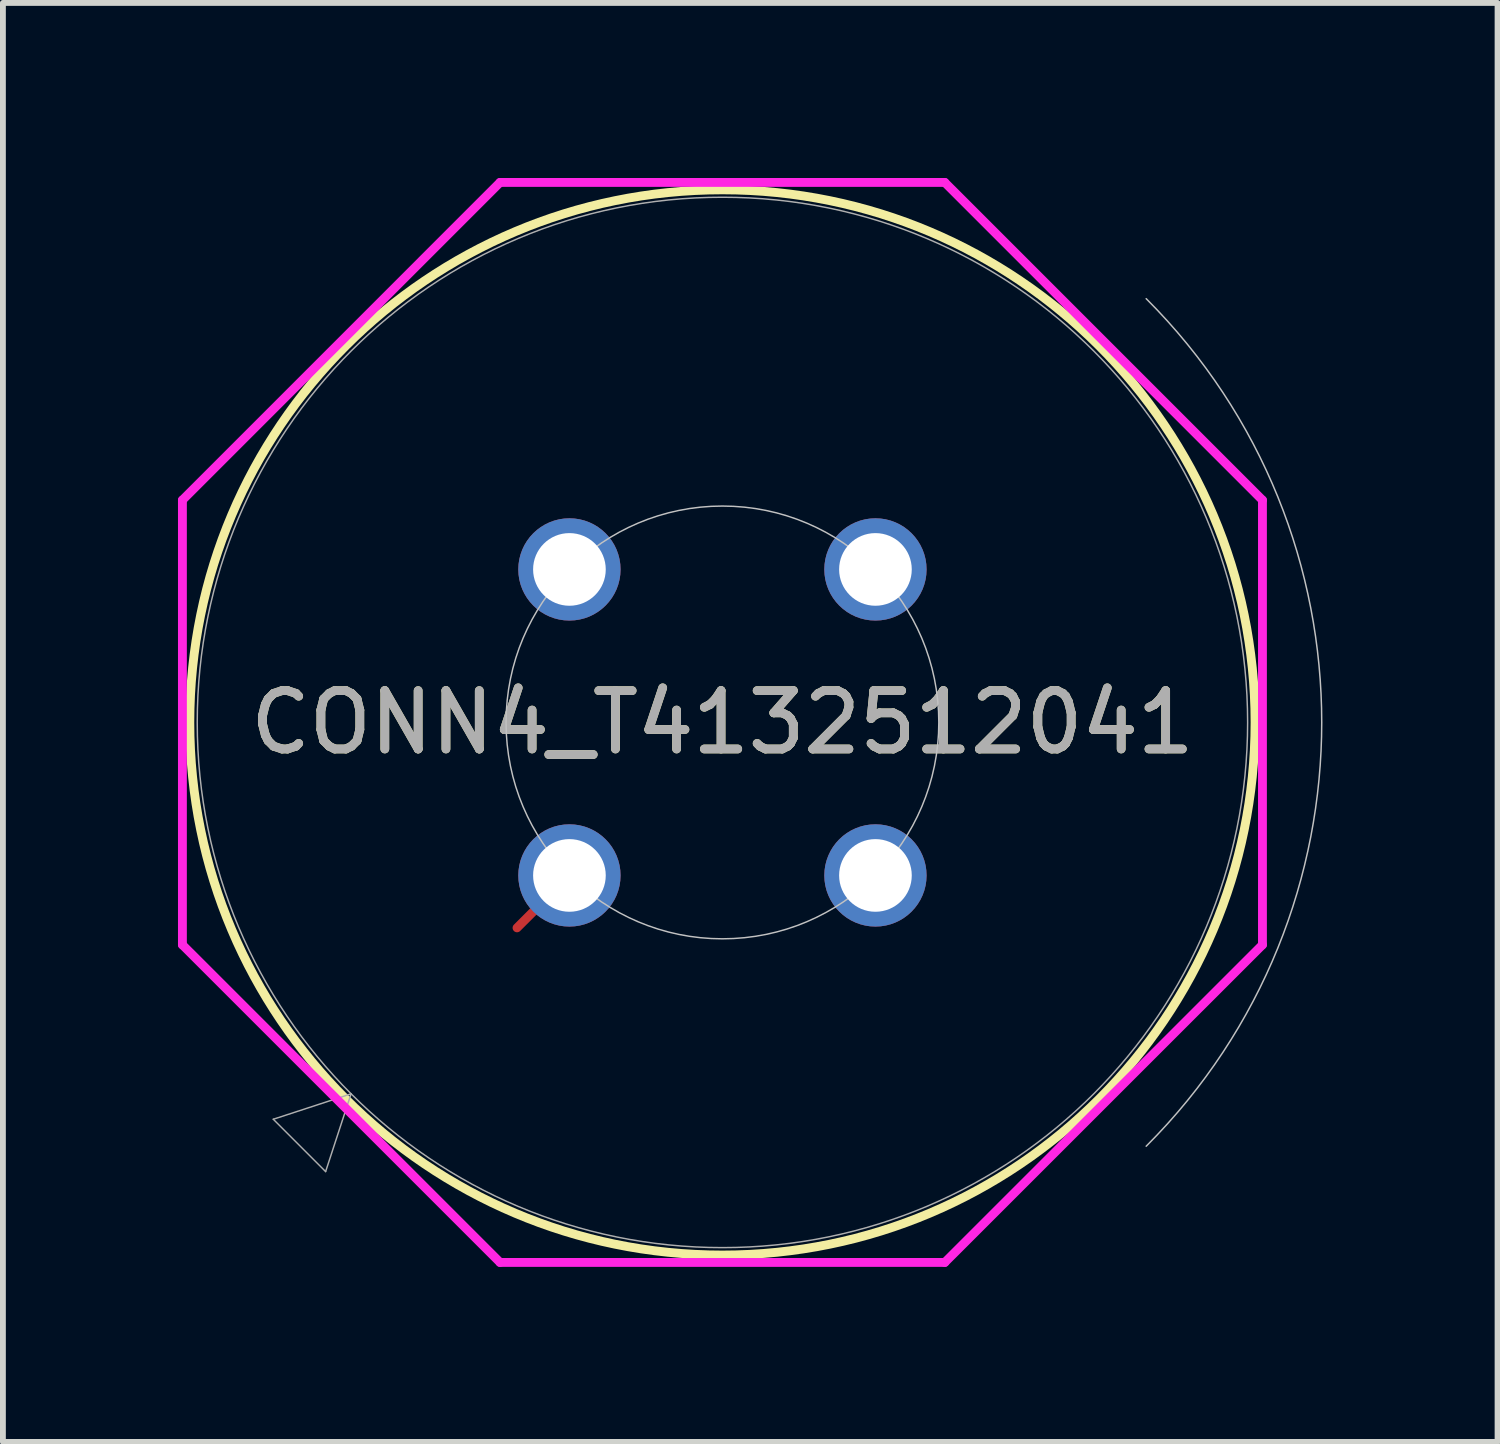
<source format=kicad_pcb>
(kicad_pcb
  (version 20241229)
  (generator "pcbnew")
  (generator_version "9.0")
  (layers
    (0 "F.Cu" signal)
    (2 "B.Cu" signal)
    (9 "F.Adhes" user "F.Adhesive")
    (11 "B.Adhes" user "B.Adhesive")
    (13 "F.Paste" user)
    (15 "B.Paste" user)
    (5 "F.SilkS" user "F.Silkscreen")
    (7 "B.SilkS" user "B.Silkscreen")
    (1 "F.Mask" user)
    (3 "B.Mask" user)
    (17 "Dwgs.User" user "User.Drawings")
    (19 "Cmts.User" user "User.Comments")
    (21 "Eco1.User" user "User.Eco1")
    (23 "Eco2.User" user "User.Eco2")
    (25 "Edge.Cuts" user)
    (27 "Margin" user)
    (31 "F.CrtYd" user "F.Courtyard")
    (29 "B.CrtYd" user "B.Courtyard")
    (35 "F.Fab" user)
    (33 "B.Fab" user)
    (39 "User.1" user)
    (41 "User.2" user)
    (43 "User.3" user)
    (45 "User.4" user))
  (footprint "CONN4_T4132512041"
    (layer "F.Cu")
    (at 11.952 6.708)
    (property "Reference" "CONN4_T4132512041" (at -2.622 2.622 0) (unlocked yes) (layer "F.SilkS") (effects (font (size 1 1) (thickness 0.15))))
    (attr through_hole)
    (fp_line (start -5.244 5.244) (end -6.142 6.142) (stroke (width 0.152) (type solid)) (layer "F.Cu"))
    (fp_circle (center -2.622 2.622) (end 6.505 2.622) (stroke (width 0.152) (type solid)) (fill no) (layer "F.SilkS"))
    (fp_arc (start 4.639752 -4.639752) (mid 7.647765 2.622235) (end 4.639752 9.884221) (stroke (width 0.0254) (type solid)) (layer "Dwgs.User"))
    (fp_circle (center -2.622 2.622) (end 1.086 2.622) (stroke (width 0.025) (type solid)) (fill no) (layer "Dwgs.User"))
    (fp_line (start -11.876 -1.188) (end -6.433 -6.632) (stroke (width 0.152) (type solid)) (layer "F.CrtYd"))
    (fp_line (start -11.876 6.433) (end -11.876 -1.188) (stroke (width 0.152) (type solid)) (layer "F.CrtYd"))
    (fp_line (start -6.433 -6.632) (end 1.188 -6.632) (stroke (width 0.152) (type solid)) (layer "F.CrtYd"))
    (fp_line (start -6.433 11.876) (end -11.876 6.433) (stroke (width 0.152) (type solid)) (layer "F.CrtYd"))
    (fp_line (start 1.188 -6.632) (end 6.632 -1.188) (stroke (width 0.152) (type solid)) (layer "F.CrtYd"))
    (fp_line (start 1.188 11.876) (end -6.433 11.876) (stroke (width 0.152) (type solid)) (layer "F.CrtYd"))
    (fp_line (start 6.632 -1.188) (end 6.632 6.433) (stroke (width 0.152) (type solid)) (layer "F.CrtYd"))
    (fp_line (start 6.632 6.433) (end 1.188 11.876) (stroke (width 0.152) (type solid)) (layer "F.CrtYd"))
    (fp_line (start -10.319 9.422) (end -8.986 8.986) (stroke (width 0.025) (type solid)) (layer "F.Fab"))
    (fp_line (start -9.422 10.319) (end -10.319 9.422) (stroke (width 0.025) (type solid)) (layer "F.Fab"))
    (fp_line (start -8.986 8.986) (end -9.422 10.319) (stroke (width 0.025) (type solid)) (layer "F.Fab"))
    (fp_circle (center -2.622 2.622) (end 6.378 2.622) (stroke (width 0.025) (type solid)) (fill no) (layer "F.Fab"))
    (fp_text user "${REFERENCE}" (at -2.622 2.622 0) (unlocked yes) (layer "F.Fab") (effects (font (size 1 1) (thickness 0.15))))
    (pad "1" thru_hole circle (at -5.244 5.244) (size 1.753 1.753) (drill 1.245) (layers "*.Cu" "*.Mask"))
    (pad "2" thru_hole circle (at 0 0) (size 1.753 1.753) (drill 1.245) (layers "*.Cu" "*.Mask"))
    (pad "3" thru_hole circle (at 0 5.244 90) (size 1.753 1.753) (drill 1.245) (layers "*.Cu" "*.Mask"))
    (pad "4" thru_hole circle (at -5.244 0 90) (size 1.753 1.753) (drill 1.245) (layers "*.Cu" "*.Mask")))
  (gr_rect
    (start -3 -3)
    (end 22.613 21.66)
    (stroke (width 0.1) (type default))
    (fill no)
    (layer "Edge.Cuts")))
</source>
